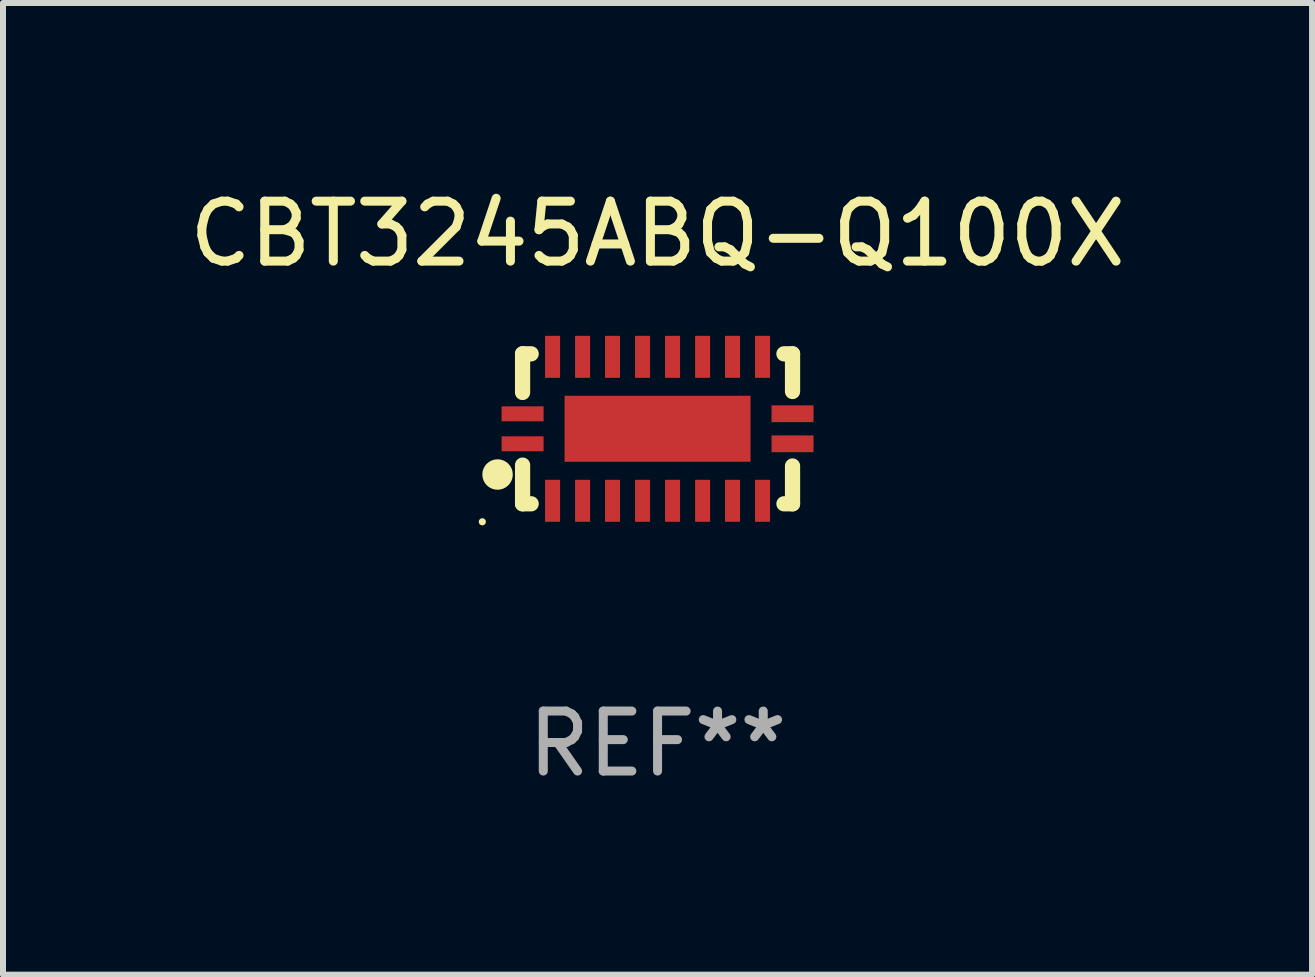
<source format=kicad_pcb>
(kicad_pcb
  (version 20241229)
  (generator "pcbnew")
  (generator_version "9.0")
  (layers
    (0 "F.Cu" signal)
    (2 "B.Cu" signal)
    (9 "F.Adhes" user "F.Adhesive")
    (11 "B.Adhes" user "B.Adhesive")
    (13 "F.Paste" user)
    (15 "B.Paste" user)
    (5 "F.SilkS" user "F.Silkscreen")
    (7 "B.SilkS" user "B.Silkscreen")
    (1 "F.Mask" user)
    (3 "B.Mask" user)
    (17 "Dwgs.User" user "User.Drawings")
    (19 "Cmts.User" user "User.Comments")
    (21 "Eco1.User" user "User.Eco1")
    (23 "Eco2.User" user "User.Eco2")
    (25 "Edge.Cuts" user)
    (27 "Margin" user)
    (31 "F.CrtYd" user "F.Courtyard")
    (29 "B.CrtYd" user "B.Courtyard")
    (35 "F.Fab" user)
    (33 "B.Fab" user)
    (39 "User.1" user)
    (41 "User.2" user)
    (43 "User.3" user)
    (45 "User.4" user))
  (footprint "CBT3245ABQ-Q100X"
    (layer "F.Cu")
    (at 7.911 4.098)
    (property "Reference" "CBT3245ABQ-Q100X" (at 0 -3.25 0) (layer "F.SilkS") (effects (font (size 1 1) (thickness 0.15))))
    (attr through_hole)
    (fp_line (start -2.25 0.605) (end -2.25 1.25) (stroke (width 0.254) (type solid)) (layer "F.SilkS"))
    (fp_line (start -2.25 1.25) (end -2.107 1.25) (stroke (width 0.254) (type solid)) (layer "F.SilkS"))
    (fp_line (start -2.25 -1.25) (end -2.25 -0.606) (stroke (width 0.254) (type solid)) (layer "F.SilkS"))
    (fp_line (start -2.25 -1.25) (end -2.107 -1.25) (stroke (width 0.254) (type solid)) (layer "F.SilkS"))
    (fp_line (start 2.107 -1.25) (end 2.25 -1.25) (stroke (width 0.254) (type solid)) (layer "F.SilkS"))
    (fp_line (start 2.107 1.25) (end 2.25 1.25) (stroke (width 0.254) (type solid)) (layer "F.SilkS"))
    (fp_line (start 2.25 -1.25) (end 2.25 -0.622) (stroke (width 0.254) (type solid)) (layer "F.SilkS"))
    (fp_line (start 2.25 0.62) (end 2.25 1.25) (stroke (width 0.254) (type solid)) (layer "F.SilkS"))
    (fp_circle (center -2.921 1.55) (end -2.891 1.55) (stroke (width 0.06) (type solid)) (fill no) (layer "F.SilkS"))
    (fp_circle (center -2.667 0.762) (end -2.54 0.762) (stroke (width 0.254) (type solid)) (fill no) (layer "F.SilkS"))
    (fp_text user "REF**" (at 0 5.25 0) (layer "F.Fab") (effects (font (size 1 1) (thickness 0.15))))
    (pad "1" smd rect (at -2.25 0.25 180) (size 0.7 0.25) (layers "F.Cu" "F.Mask" "F.Paste"))
    (pad "2" smd rect (at -1.75 1.2 90) (size 0.7 0.25) (layers "F.Cu" "F.Mask" "F.Paste"))
    (pad "3" smd rect (at -1.25 1.2 90) (size 0.7 0.25) (layers "F.Cu" "F.Mask" "F.Paste"))
    (pad "4" smd rect (at -0.751 1.2 90) (size 0.7 0.25) (layers "F.Cu" "F.Mask" "F.Paste"))
    (pad "5" smd rect (at -0.25 1.2 90) (size 0.7 0.25) (layers "F.Cu" "F.Mask" "F.Paste"))
    (pad "6" smd rect (at 0.25 1.2 90) (size 0.7 0.25) (layers "F.Cu" "F.Mask" "F.Paste"))
    (pad "7" smd rect (at 0.751 1.2 90) (size 0.7 0.25) (layers "F.Cu" "F.Mask" "F.Paste"))
    (pad "8" smd rect (at 1.25 1.2 90) (size 0.7 0.25) (layers "F.Cu" "F.Mask" "F.Paste"))
    (pad "9" smd rect (at 1.75 1.2 90) (size 0.7 0.25) (layers "F.Cu" "F.Mask" "F.Paste"))
    (pad "10" smd rect (at 2.25 0.25 180) (size 0.7 0.28) (layers "F.Cu" "F.Mask" "F.Paste"))
    (pad "11" smd rect (at 2.25 -0.251 180) (size 0.7 0.28) (layers "F.Cu" "F.Mask" "F.Paste"))
    (pad "12" smd rect (at 1.75 -1.2 90) (size 0.7 0.25) (layers "F.Cu" "F.Mask" "F.Paste"))
    (pad "13" smd rect (at 1.25 -1.2 90) (size 0.7 0.25) (layers "F.Cu" "F.Mask" "F.Paste"))
    (pad "14" smd rect (at 0.751 -1.2 90) (size 0.7 0.25) (layers "F.Cu" "F.Mask" "F.Paste"))
    (pad "15" smd rect (at 0.25 -1.2 90) (size 0.7 0.25) (layers "F.Cu" "F.Mask" "F.Paste"))
    (pad "16" smd rect (at -0.25 -1.2 90) (size 0.7 0.25) (layers "F.Cu" "F.Mask" "F.Paste"))
    (pad "17" smd rect (at -0.751 -1.2 90) (size 0.7 0.25) (layers "F.Cu" "F.Mask" "F.Paste"))
    (pad "18" smd rect (at -1.25 -1.2 90) (size 0.7 0.25) (layers "F.Cu" "F.Mask" "F.Paste"))
    (pad "19" smd rect (at -1.75 -1.2 90) (size 0.7 0.25) (layers "F.Cu" "F.Mask" "F.Paste"))
    (pad "20" smd rect (at -2.25 -0.25 180) (size 0.7 0.25) (layers "F.Cu" "F.Mask" "F.Paste"))
    (pad "21" smd rect (at 0 -0.001 180) (size 3.1 1.1) (layers "F.Cu" "F.Mask" "F.Paste")))
  (gr_rect
    (start -3 -3)
    (end 18.821 13.197)
    (stroke (width 0.1) (type default))
    (fill no)
    (layer "Edge.Cuts")))
</source>
